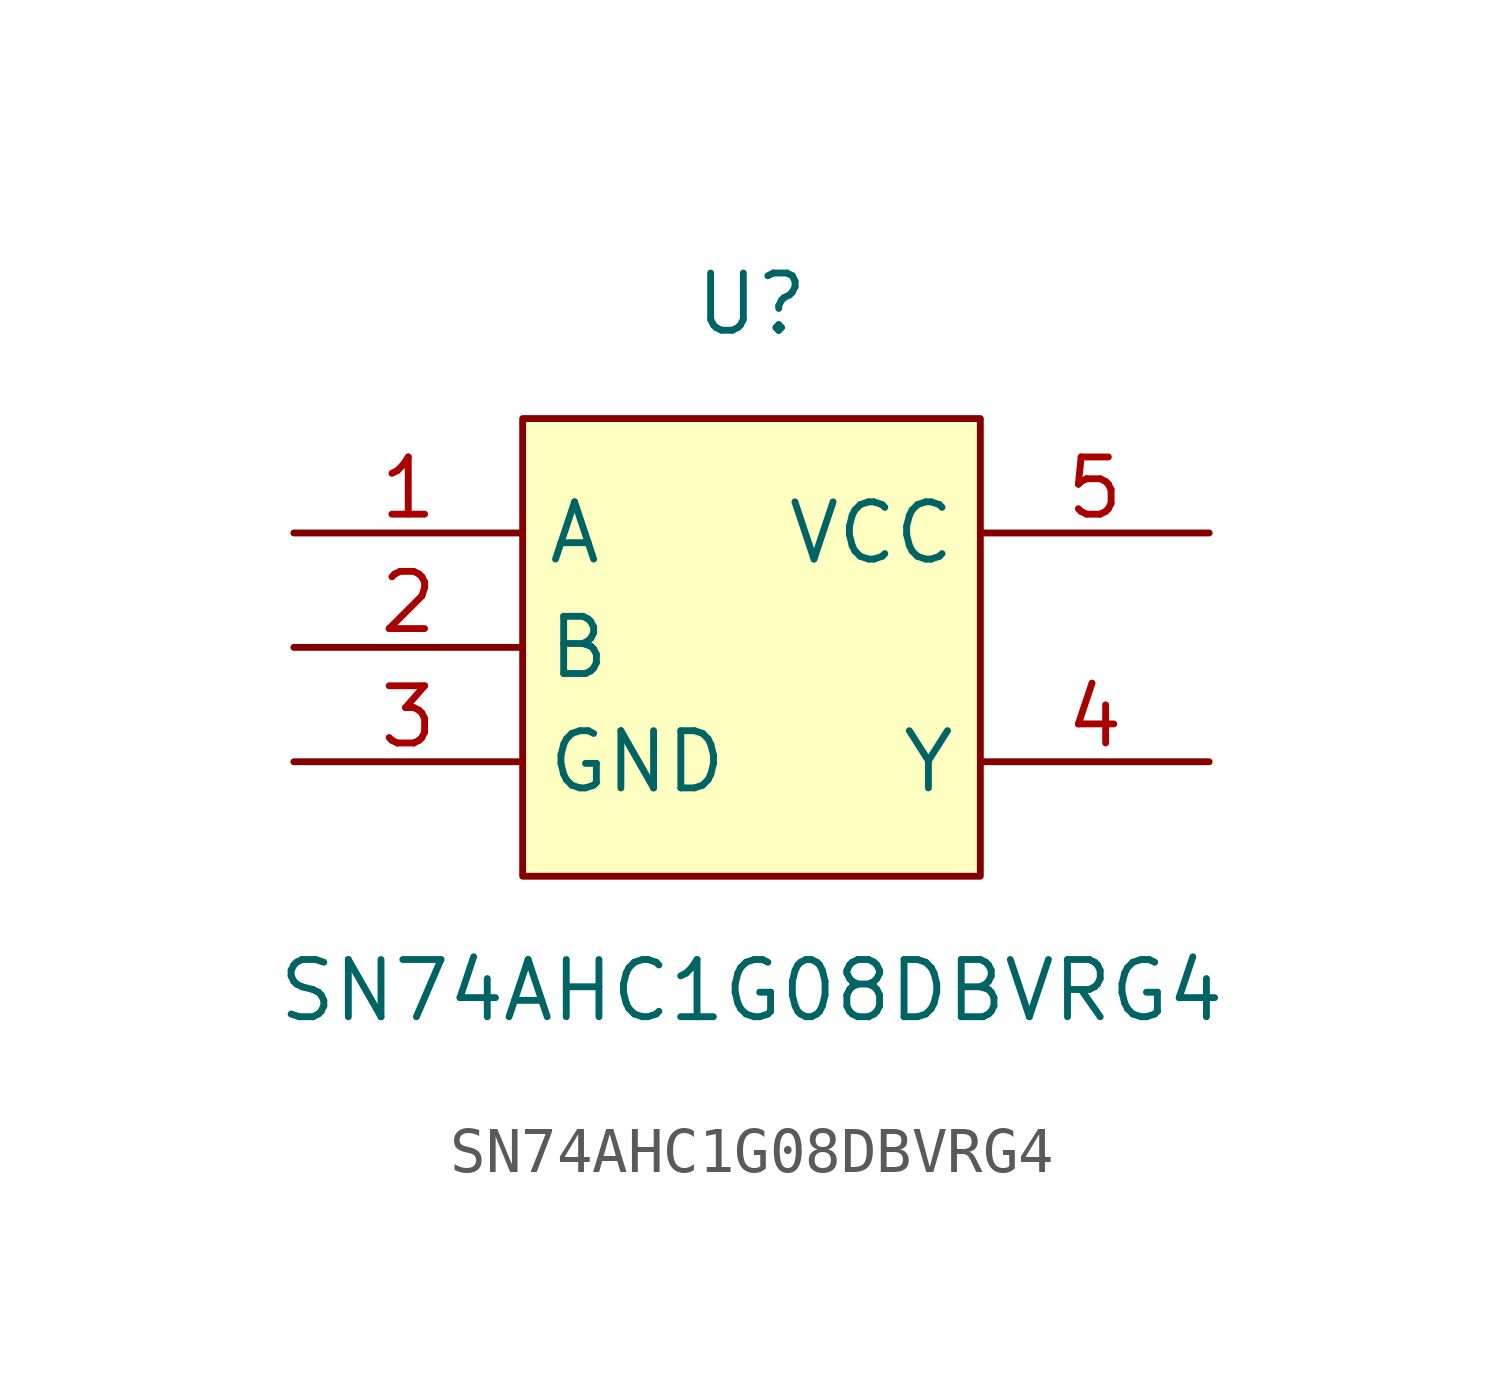
<source format=kicad_sym>
(kicad_symbol_lib
  (version 20211014)
  (generator https://github.com/uPesy/easyeda2kicad.py)
  (symbol "SN74AHC1G08DBVRG4"
    (property "Reference" "U"
      (at 0 7.62 0)
      (effects (font (size 1.27 1.27))))
    (property "Value" "SN74AHC1G08DBVRG4"
      (at 0 -7.62 0)
      (effects (font (size 1.27 1.27))))
    (symbol "SN74AHC1G08DBVRG4_0_1"
      (rectangle (start -5.08 5.08) (end 5.08 -5.08) (stroke (width 0) (type default) (color 0 0 0 0)) (fill (type background)))
      (pin unspecified line (at -10.16 2.54 0) (length 5.08) (name "A" (effects (font (size 1.27 1.27)))) (number "1" (effects (font (size 1.27 1.27)))))
      (pin unspecified line (at -10.16 -0.00 0) (length 5.08) (name "B" (effects (font (size 1.27 1.27)))) (number "2" (effects (font (size 1.27 1.27)))))
      (pin unspecified line (at -10.16 -2.54 0) (length 5.08) (name "GND" (effects (font (size 1.27 1.27)))) (number "3" (effects (font (size 1.27 1.27)))))
      (pin unspecified line (at 10.16 -2.54 180) (length 5.08) (name "Y" (effects (font (size 1.27 1.27)))) (number "4" (effects (font (size 1.27 1.27)))))
      (pin unspecified line (at 10.16 2.54 180) (length 5.08) (name "VCC" (effects (font (size 1.27 1.27)))) (number "5" (effects (font (size 1.27 1.27))))))))
</source>
